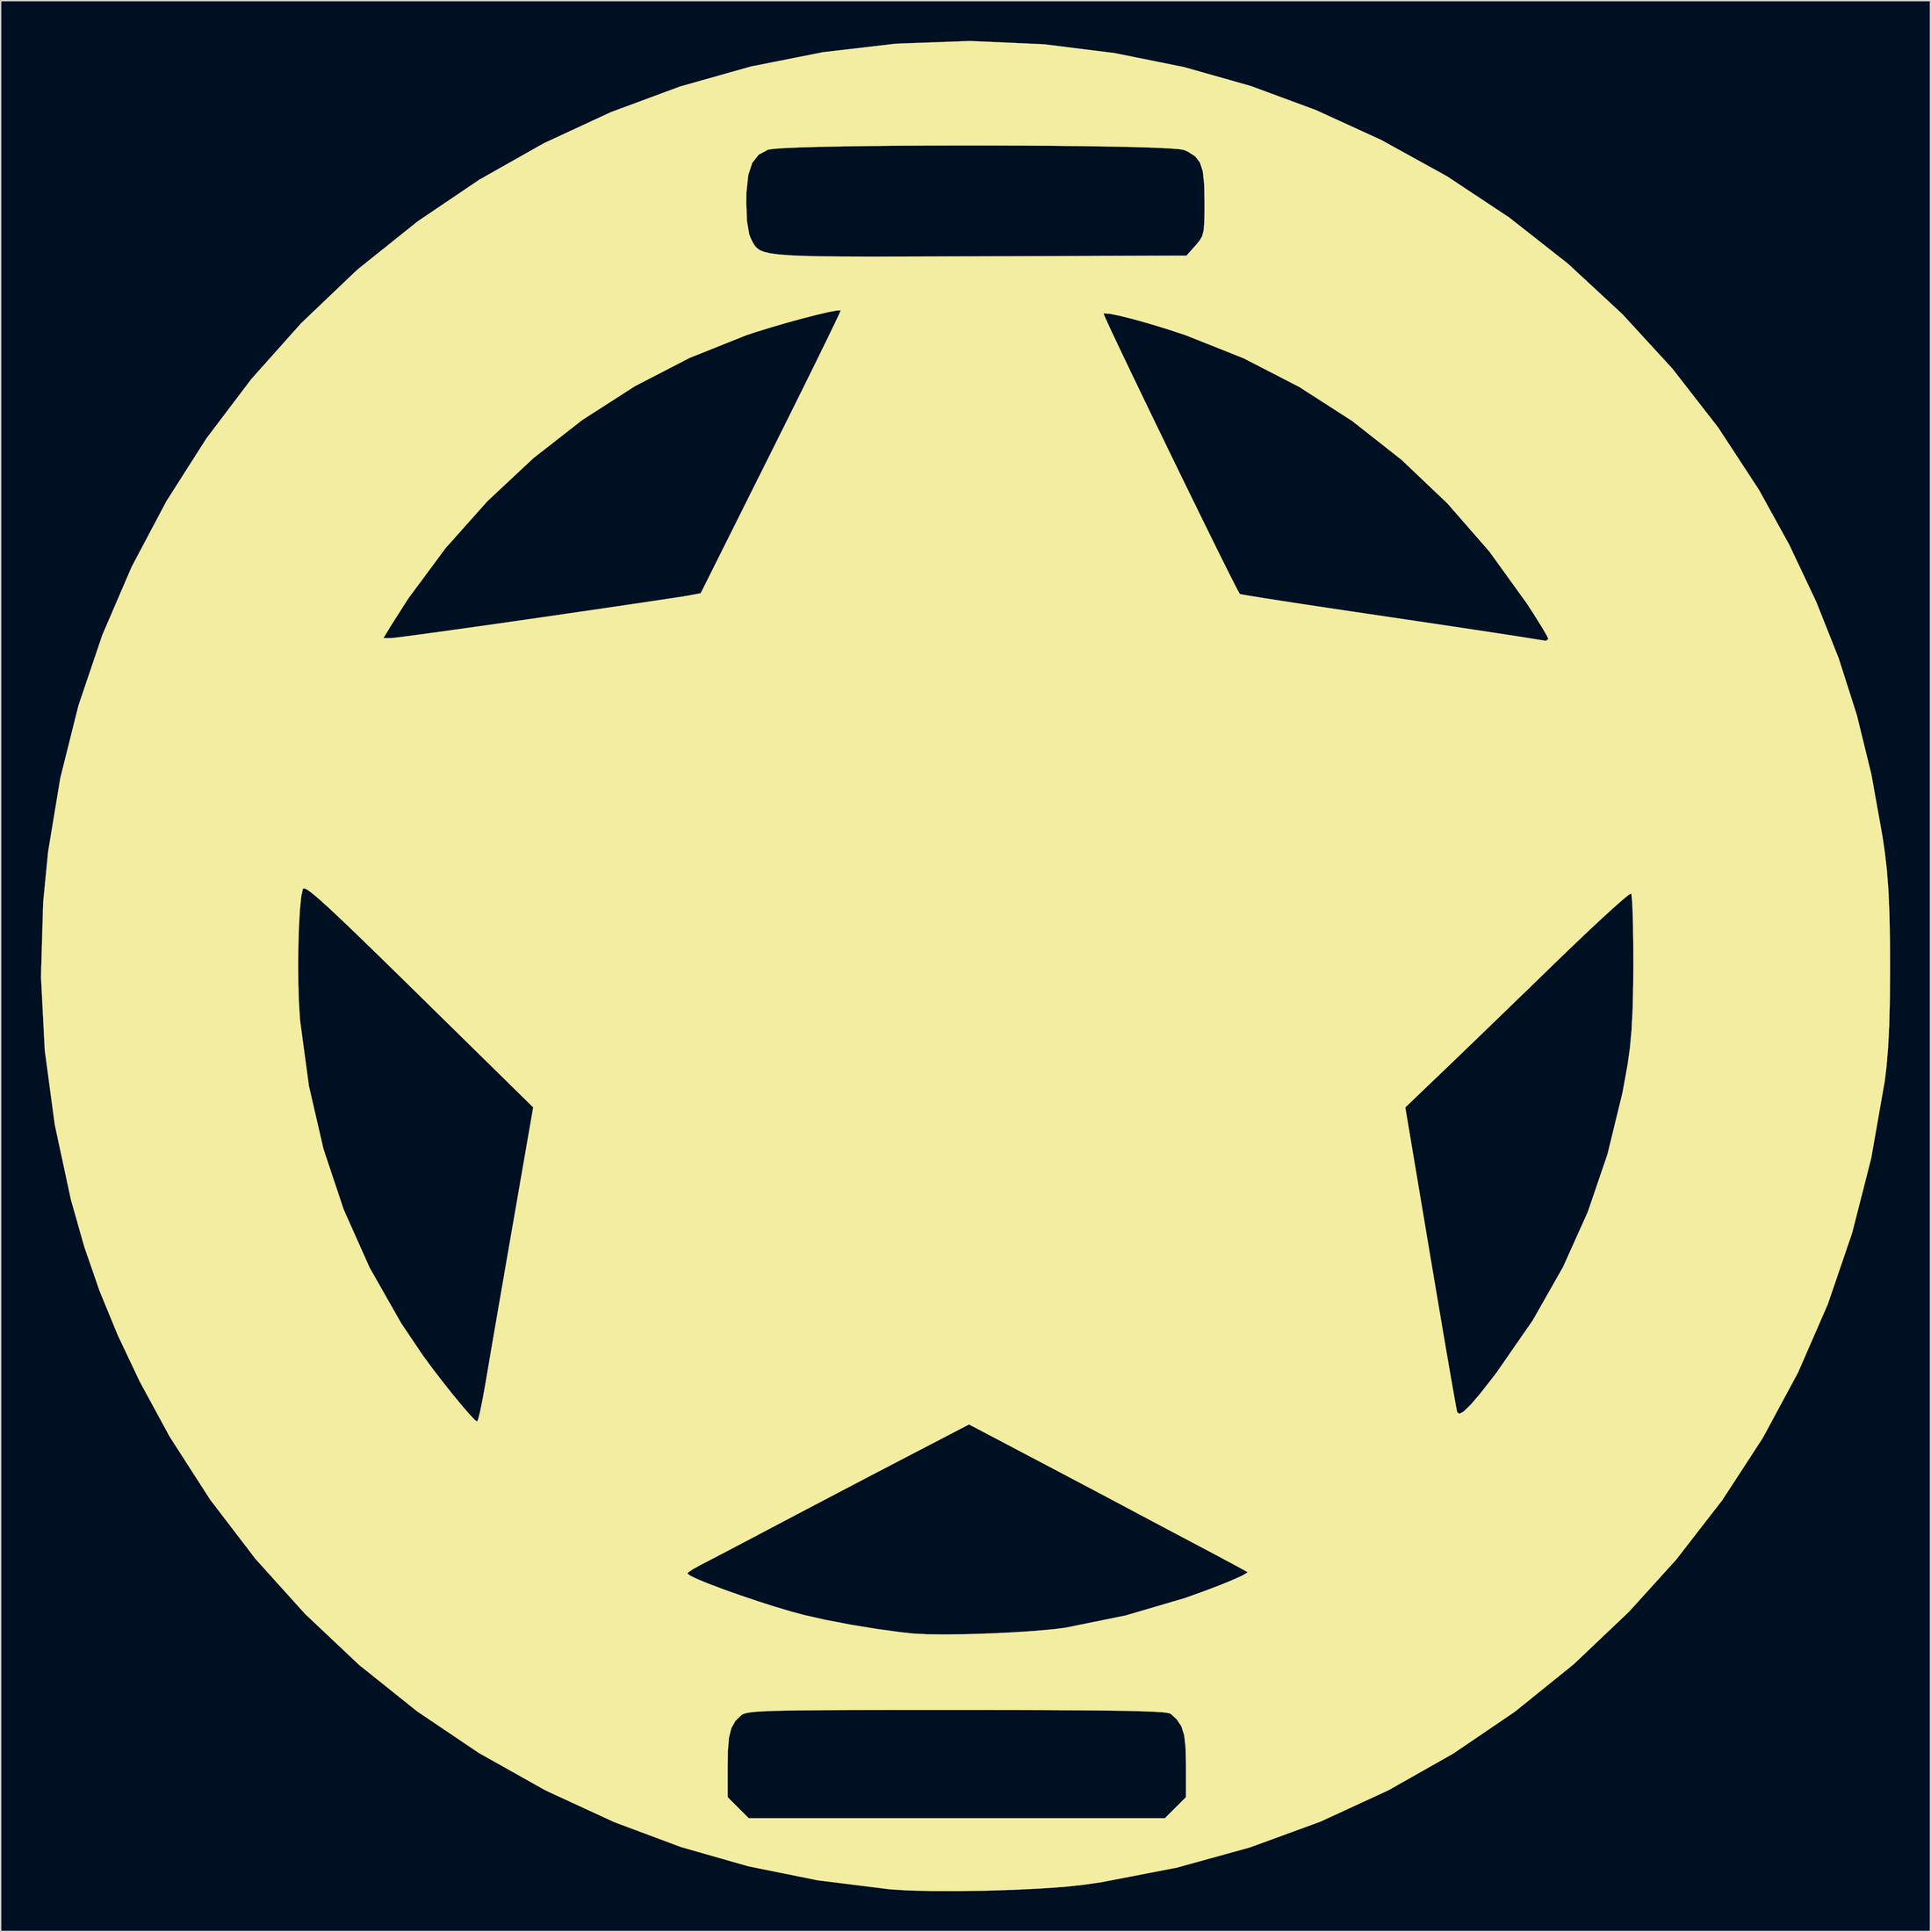
<source format=kicad_pcb>
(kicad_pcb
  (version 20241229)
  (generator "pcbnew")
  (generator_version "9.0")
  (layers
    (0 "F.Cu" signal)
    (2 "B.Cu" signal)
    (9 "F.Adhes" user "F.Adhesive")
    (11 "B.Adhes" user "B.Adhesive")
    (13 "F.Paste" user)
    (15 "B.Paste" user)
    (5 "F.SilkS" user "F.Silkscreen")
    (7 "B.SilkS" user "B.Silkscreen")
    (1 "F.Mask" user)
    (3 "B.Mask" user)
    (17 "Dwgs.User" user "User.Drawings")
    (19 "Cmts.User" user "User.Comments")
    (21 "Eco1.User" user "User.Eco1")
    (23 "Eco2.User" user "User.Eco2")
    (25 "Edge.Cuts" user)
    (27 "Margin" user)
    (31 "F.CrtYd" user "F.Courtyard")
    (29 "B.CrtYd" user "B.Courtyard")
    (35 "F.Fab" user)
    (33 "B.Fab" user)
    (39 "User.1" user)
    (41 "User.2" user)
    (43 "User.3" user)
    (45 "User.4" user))
  (footprint "PCB_Shape_01_110dpi"
    (layer "F.Cu")
    (at 68.991 69.001)
    (property "Reference" "PCB_Shape_01_110dpi" (at 0 0 0) (layer "F.SilkS") (effects (font (size 1.524 1.524) (thickness 0.3))))
    (attr through_hole)
    (fp_poly (pts (xy 5.826 -68.749) (xy 11.084 -68.092) (xy 16.247 -67.05) (xy 21.217 -65.644) (xy 26.086 -63.845) (xy 30.942 -61.624) (xy 35.858 -58.911) (xy 40.509 -55.829) (xy 44.875 -52.397) (xy 48.938 -48.633) (xy 52.68 -44.555) (xy 56.081 -40.181) (xy 59.124 -35.531) (xy 61.371 -31.462) (xy 63.394 -27.188) (xy 65.067 -22.981) (xy 66.426 -18.728) (xy 67.508 -14.312) (xy 68.348 -9.619) (xy 68.503 -8.544) (xy 68.662 -7.177) (xy 68.778 -5.659) (xy 68.854 -3.906) (xy 68.894 -1.836) (xy 68.902 0) (xy 68.887 2.365) (xy 68.839 4.351) (xy 68.754 6.041) (xy 68.628 7.515) (xy 68.503 8.544) (xy 67.488 14.319) (xy 66.073 19.863) (xy 64.257 25.18) (xy 62.038 30.271) (xy 59.416 35.139) (xy 56.389 39.787) (xy 52.957 44.216) (xy 49.426 48.114) (xy 45.302 52.028) (xy 40.93 55.554) (xy 36.32 58.687) (xy 31.482 61.423) (xy 26.428 63.754) (xy 21.168 65.677) (xy 15.713 67.186) (xy 10.074 68.275) (xy 8.775 68.462) (xy 7.356 68.614) (xy 5.595 68.74) (xy 3.609 68.838) (xy 1.511 68.904) (xy -0.584 68.936) (xy -2.56 68.932) (xy -4.302 68.888) (xy -5.657 68.805) (xy -11.051 68.133) (xy -16.23 67.087) (xy -21.267 65.648) (xy -26.231 63.795) (xy -31.194 61.507) (xy -31.462 61.371) (xy -34.65 59.582) (xy -17.78 59.582) (xy -17.78 61.93) (xy -16.21 63.5) (xy 14.824 63.5) (xy 16.395 61.93) (xy 16.395 59.534) (xy 16.367 58.246) (xy 16.263 57.317) (xy 16.052 56.645) (xy 15.705 56.129) (xy 15.251 55.714) (xy 15.067 55.656) (xy 14.66 55.605) (xy 14.002 55.562) (xy 13.069 55.526) (xy 11.835 55.496) (xy 10.275 55.473) (xy 8.361 55.455) (xy 6.07 55.442) (xy 3.376 55.434) (xy 0.252 55.431) (xy -0.693 55.431) (xy -3.769 55.431) (xy -6.416 55.433) (xy -8.668 55.438) (xy -10.557 55.446) (xy -12.118 55.459) (xy -13.384 55.477) (xy -14.387 55.501) (xy -15.161 55.532) (xy -15.74 55.571) (xy -16.155 55.618) (xy -16.442 55.674) (xy -16.632 55.741) (xy -16.76 55.818) (xy -16.772 55.827) (xy -17.209 56.26) (xy -17.503 56.781) (xy -17.679 57.488) (xy -17.762 58.477) (xy -17.78 59.582) (xy -34.65 59.582) (xy -36.328 58.641) (xy -40.933 55.537) (xy -45.258 52.077) (xy -49.285 48.28) (xy -52.013 45.254) (xy -20.782 45.254) (xy -20.573 45.419) (xy -19.997 45.692) (xy -19.129 46.046) (xy -18.043 46.454) (xy -16.813 46.89) (xy -15.515 47.328) (xy -14.222 47.74) (xy -13.011 48.1) (xy -12.061 48.355) (xy -10.462 48.715) (xy -8.598 49.071) (xy -6.665 49.388) (xy -4.859 49.635) (xy -3.925 49.734) (xy -2.89 49.787) (xy -1.511 49.8) (xy 0.098 49.777) (xy 1.82 49.722) (xy 3.541 49.639) (xy 5.146 49.534) (xy 6.519 49.411) (xy 7.389 49.299) (xy 11.884 48.388) (xy 16.255 47.105) (xy 16.528 47.011) (xy 17.805 46.551) (xy 18.953 46.113) (xy 19.904 45.724) (xy 20.59 45.412) (xy 20.945 45.206) (xy 20.974 45.147) (xy 20.755 45.022) (xy 20.193 44.716) (xy 19.352 44.264) (xy 18.298 43.703) (xy 17.095 43.065) (xy 17.087 43.061) (xy 15.743 42.35) (xy 14.412 41.645) (xy 13.199 41.001) (xy 12.209 40.475) (xy 11.661 40.182) (xy 10.984 39.822) (xy 9.982 39.291) (xy 8.737 38.633) (xy 7.332 37.891) (xy 5.852 37.11) (xy 5.131 36.731) (xy 0.218 34.144) (xy -3.643 36.152) (xy -6.604 37.695) (xy -9.567 39.246) (xy -12.668 40.875) (xy -16.04 42.653) (xy -16.048 42.658) (xy -17.171 43.249) (xy -18.239 43.809) (xy -19.138 44.278) (xy -19.755 44.597) (xy -19.8 44.62) (xy -20.375 44.938) (xy -20.728 45.183) (xy -20.782 45.254) (xy -52.013 45.254) (xy -52.995 44.165) (xy -56.37 39.75) (xy -59.391 35.053) (xy -61.624 30.942) (xy -63.261 27.483) (xy -64.62 24.184) (xy -65.759 20.889) (xy -66.737 17.442) (xy -66.761 17.35) (xy -67.957 11.795) (xy -68.699 6.276) (xy -68.986 0.764) (xy -68.958 -0.177) (xy -49.806 -0.177) (xy -49.793 1.32) (xy -49.748 2.731) (xy -49.67 3.963) (xy -49.663 4.041) (xy -49.004 8.914) (xy -47.92 13.609) (xy -46.411 18.123) (xy -44.478 22.454) (xy -42.123 26.6) (xy -40.491 29.02) (xy -39.807 29.95) (xy -39.061 30.922) (xy -38.312 31.865) (xy -37.618 32.708) (xy -37.037 33.379) (xy -36.628 33.809) (xy -36.462 33.93) (xy -36.375 33.722) (xy -36.233 33.141) (xy -36.056 32.274) (xy -35.862 31.203) (xy -35.827 31) (xy -35.671 30.081) (xy -35.513 29.153) (xy -35.344 28.167) (xy -35.155 27.069) (xy -34.938 25.81) (xy -34.684 24.338) (xy -34.383 22.603) (xy -34.027 20.554) (xy -33.607 18.138) (xy -33.244 16.048) (xy -32.281 10.506) (xy 32.75 10.506) (xy 34.631 21.705) (xy 35.006 23.929) (xy 35.36 26.019) (xy 35.685 27.929) (xy 35.975 29.616) (xy 36.221 31.033) (xy 36.415 32.135) (xy 36.549 32.878) (xy 36.616 33.216) (xy 36.62 33.228) (xy 36.783 33.352) (xy 37.109 33.176) (xy 37.618 32.681) (xy 38.332 31.846) (xy 39.271 30.649) (xy 39.581 30.24) (xy 42.257 26.376) (xy 44.509 22.413) (xy 46.359 18.302) (xy 47.83 13.989) (xy 48.944 9.424) (xy 49.334 7.274) (xy 49.503 6.058) (xy 49.624 4.726) (xy 49.703 3.186) (xy 49.745 1.344) (xy 49.755 -0.269) (xy 49.749 -1.746) (xy 49.73 -3.065) (xy 49.699 -4.158) (xy 49.659 -4.955) (xy 49.612 -5.387) (xy 49.593 -5.441) (xy 49.393 -5.326) (xy 48.905 -4.924) (xy 48.167 -4.271) (xy 47.22 -3.402) (xy 46.103 -2.356) (xy 44.857 -1.166) (xy 43.984 -0.322) (xy 42.503 1.116) (xy 40.977 2.594) (xy 39.477 4.045) (xy 38.076 5.399) (xy 36.844 6.586) (xy 35.853 7.538) (xy 35.647 7.735) (xy 32.75 10.506) (xy -32.281 10.506) (xy -40.79 2.149) (xy -42.719 0.257) (xy -44.346 -1.331) (xy -45.696 -2.637) (xy -46.793 -3.684) (xy -47.663 -4.495) (xy -48.329 -5.092) (xy -48.816 -5.497) (xy -49.149 -5.733) (xy -49.353 -5.822) (xy -49.452 -5.788) (xy -49.461 -5.769) (xy -49.579 -5.207) (xy -49.674 -4.276) (xy -49.744 -3.067) (xy -49.789 -1.67) (xy -49.806 -0.177) (xy -68.958 -0.177) (xy -68.822 -4.77) (xy -68.457 -8.528) (xy -67.543 -14.051) (xy -66.191 -19.452) (xy -64.491 -24.476) (xy -43.449 -24.476) (xy -42.92 -24.476) (xy -42.588 -24.509) (xy -41.848 -24.601) (xy -40.747 -24.747) (xy -39.334 -24.94) (xy -37.659 -25.173) (xy -35.769 -25.439) (xy -33.712 -25.732) (xy -31.991 -25.98) (xy -29.82 -26.295) (xy -27.763 -26.595) (xy -25.871 -26.872) (xy -24.195 -27.12) (xy -22.784 -27.33) (xy -21.691 -27.495) (xy -20.965 -27.608) (xy -20.69 -27.654) (xy -19.79 -27.825) (xy -14.539 -38.331) (xy -13.521 -40.373) (xy -12.57 -42.286) (xy -11.706 -44.032) (xy -10.948 -45.572) (xy -10.315 -46.867) (xy -9.826 -47.877) (xy -9.5 -48.563) (xy -9.455 -48.665) (xy 10.257 -48.665) (xy 10.339 -48.45) (xy 10.602 -47.868) (xy 11.023 -46.969) (xy 11.578 -45.798) (xy 12.243 -44.406) (xy 12.997 -42.838) (xy 13.814 -41.144) (xy 14.673 -39.372) (xy 15.549 -37.568) (xy 16.42 -35.782) (xy 17.262 -34.061) (xy 18.051 -32.453) (xy 18.765 -31.006) (xy 19.381 -29.768) (xy 19.874 -28.787) (xy 20.222 -28.11) (xy 20.401 -27.787) (xy 20.415 -27.768) (xy 20.653 -27.718) (xy 21.301 -27.608) (xy 22.308 -27.447) (xy 23.627 -27.241) (xy 25.208 -26.999) (xy 27.005 -26.728) (xy 28.968 -26.435) (xy 29.818 -26.309) (xy 32.888 -25.854) (xy 35.53 -25.461) (xy 37.77 -25.125) (xy 39.639 -24.841) (xy 41.163 -24.606) (xy 42.372 -24.416) (xy 43.238 -24.274) (xy 43.41 -24.411) (xy 43.411 -24.431) (xy 43.291 -24.685) (xy 42.965 -25.243) (xy 42.48 -26.025) (xy 41.886 -26.951) (xy 41.835 -27.029) (xy 39.021 -30.93) (xy 35.891 -34.518) (xy 32.468 -37.772) (xy 28.778 -40.673) (xy 24.844 -43.202) (xy 20.692 -45.34) (xy 16.385 -47.054) (xy 15.025 -47.503) (xy 13.704 -47.907) (xy 12.497 -48.247) (xy 11.479 -48.503) (xy 10.724 -48.656) (xy 10.307 -48.685) (xy 10.257 -48.665) (xy -9.455 -48.665) (xy -9.357 -48.887) (xy -9.352 -48.908) (xy -9.616 -48.906) (xy -10.236 -48.79) (xy -11.129 -48.583) (xy -12.211 -48.305) (xy -13.397 -47.979) (xy -14.603 -47.627) (xy -15.745 -47.272) (xy -16.395 -47.057) (xy -20.628 -45.363) (xy -24.709 -43.252) (xy -28.602 -40.751) (xy -32.273 -37.889) (xy -35.687 -34.694) (xy -38.81 -31.193) (xy -41.607 -27.416) (xy -42.927 -25.342) (xy -43.449 -24.476) (xy -64.491 -24.476) (xy -64.413 -24.708) (xy -62.223 -29.793) (xy -59.633 -34.684) (xy -56.656 -39.356) (xy -53.306 -43.784) (xy -49.595 -47.945) (xy -45.537 -51.814) (xy -45.258 -52.057) (xy -40.892 -55.552) (xy -38.799 -56.965) (xy -16.394 -56.965) (xy -16.339 -55.559) (xy -16.173 -54.589) (xy -16.045 -54.258) (xy -15.912 -53.995) (xy -15.781 -53.768) (xy -15.619 -53.574) (xy -15.395 -53.412) (xy -15.074 -53.278) (xy -14.623 -53.169) (xy -14.011 -53.085) (xy -13.203 -53.021) (xy -12.168 -52.975) (xy -10.871 -52.945) (xy -9.281 -52.928) (xy -7.363 -52.922) (xy -5.086 -52.924) (xy -2.416 -52.931) (xy 0.68 -52.941) (xy 1 -52.943) (xy 16.433 -52.994) (xy 17.106 -53.748) (xy 17.404 -54.101) (xy 17.598 -54.434) (xy 17.71 -54.853) (xy 17.763 -55.464) (xy 17.779 -56.376) (xy 17.78 -56.987) (xy 17.753 -58.316) (xy 17.65 -59.271) (xy 17.436 -59.936) (xy 17.08 -60.397) (xy 16.547 -60.738) (xy 16.256 -60.869) (xy 15.869 -60.934) (xy 15.068 -60.993) (xy 13.902 -61.044) (xy 12.42 -61.089) (xy 10.67 -61.126) (xy 8.701 -61.156) (xy 6.561 -61.179) (xy 4.299 -61.195) (xy 1.963 -61.204) (xy -0.399 -61.205) (xy -2.737 -61.199) (xy -5.003 -61.186) (xy -7.149 -61.166) (xy -9.126 -61.138) (xy -10.887 -61.102) (xy -12.381 -61.06) (xy -13.561 -61.01) (xy -14.379 -60.952) (xy -14.778 -60.889) (xy -15.467 -60.517) (xy -15.947 -59.907) (xy -16.243 -59) (xy -16.379 -57.737) (xy -16.394 -56.965) (xy -38.799 -56.965) (xy -36.289 -58.661) (xy -31.477 -61.378) (xy -26.483 -63.693) (xy -21.333 -65.601) (xy -16.053 -67.092) (xy -10.671 -68.16) (xy -5.212 -68.797) (xy 0.296 -68.996) (xy 5.826 -68.749)) (stroke (width 0.01) (type solid)) (fill yes) (layer "F.SilkS")))
  (gr_rect
    (start -3 -3)
    (end 140.899 140.942)
    (stroke (width 0.1) (type default))
    (fill no)
    (layer "Edge.Cuts")))
</source>
